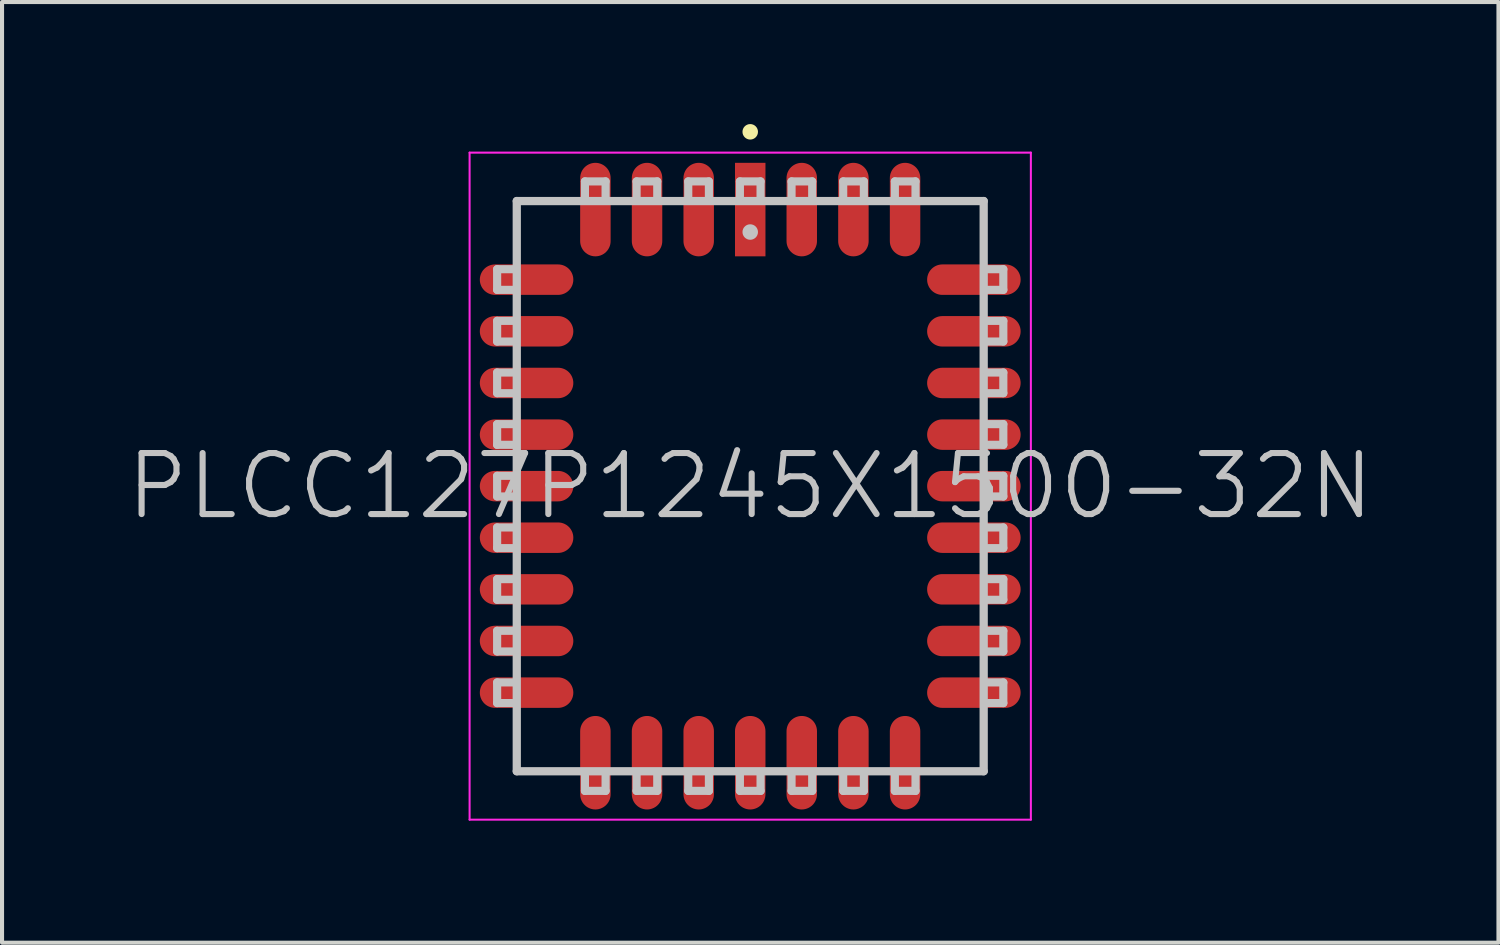
<source format=kicad_pcb>
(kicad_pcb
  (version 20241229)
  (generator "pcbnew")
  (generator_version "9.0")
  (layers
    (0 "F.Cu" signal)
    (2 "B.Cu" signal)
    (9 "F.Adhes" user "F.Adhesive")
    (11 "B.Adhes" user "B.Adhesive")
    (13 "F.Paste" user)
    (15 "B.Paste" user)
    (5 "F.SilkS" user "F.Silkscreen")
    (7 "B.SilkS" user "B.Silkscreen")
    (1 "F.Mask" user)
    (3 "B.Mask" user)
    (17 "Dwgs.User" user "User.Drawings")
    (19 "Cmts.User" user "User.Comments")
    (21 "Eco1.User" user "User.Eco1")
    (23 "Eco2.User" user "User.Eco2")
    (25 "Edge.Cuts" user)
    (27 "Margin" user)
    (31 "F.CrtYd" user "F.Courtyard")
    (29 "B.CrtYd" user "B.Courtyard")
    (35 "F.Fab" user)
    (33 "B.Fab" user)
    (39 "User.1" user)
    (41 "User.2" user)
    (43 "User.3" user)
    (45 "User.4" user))
  (footprint "PLCC127P1245X1500-32N"
    (layer "F.Cu")
    (at 15.396 8.903)
    (property "Reference" "PLCC127P1245X1500-32N" (at 0 0 0) (layer "Dwgs.User") (effects (font (size 1.5 1.5) (thickness 0.15))))
    (attr smd)
    (fp_line (start 0 -8.712) (end 0 -8.712) (stroke (width 0.381) (type solid)) (layer "F.SilkS"))
    (fp_line (start -6.223 -4.826) (end -6.223 -5.334) (stroke (width 0.2) (type solid)) (layer "Dwgs.User"))
    (fp_line (start -6.223 -3.556) (end -6.223 -4.064) (stroke (width 0.2) (type solid)) (layer "Dwgs.User"))
    (fp_line (start -6.223 -2.286) (end -6.223 -2.794) (stroke (width 0.2) (type solid)) (layer "Dwgs.User"))
    (fp_line (start -6.223 -1.016) (end -6.223 -1.524) (stroke (width 0.2) (type solid)) (layer "Dwgs.User"))
    (fp_line (start -6.223 0.254) (end -6.223 -0.254) (stroke (width 0.2) (type solid)) (layer "Dwgs.User"))
    (fp_line (start -6.223 1.524) (end -6.223 1.016) (stroke (width 0.2) (type solid)) (layer "Dwgs.User"))
    (fp_line (start -6.223 2.794) (end -6.223 2.286) (stroke (width 0.2) (type solid)) (layer "Dwgs.User"))
    (fp_line (start -6.223 4.064) (end -6.223 3.556) (stroke (width 0.2) (type solid)) (layer "Dwgs.User"))
    (fp_line (start -6.223 5.334) (end -6.223 4.826) (stroke (width 0.2) (type solid)) (layer "Dwgs.User"))
    (fp_line (start -5.842 -5.334) (end -6.223 -5.334) (stroke (width 0.2) (type solid)) (layer "Dwgs.User"))
    (fp_line (start -5.842 -4.826) (end -6.223 -4.826) (stroke (width 0.2) (type solid)) (layer "Dwgs.User"))
    (fp_line (start -5.842 -4.064) (end -6.223 -4.064) (stroke (width 0.2) (type solid)) (layer "Dwgs.User"))
    (fp_line (start -5.842 -3.556) (end -6.223 -3.556) (stroke (width 0.2) (type solid)) (layer "Dwgs.User"))
    (fp_line (start -5.842 -2.794) (end -6.223 -2.794) (stroke (width 0.2) (type solid)) (layer "Dwgs.User"))
    (fp_line (start -5.842 -2.286) (end -6.223 -2.286) (stroke (width 0.2) (type solid)) (layer "Dwgs.User"))
    (fp_line (start -5.842 -1.524) (end -6.223 -1.524) (stroke (width 0.2) (type solid)) (layer "Dwgs.User"))
    (fp_line (start -5.842 -1.016) (end -6.223 -1.016) (stroke (width 0.2) (type solid)) (layer "Dwgs.User"))
    (fp_line (start -5.842 -0.254) (end -6.223 -0.254) (stroke (width 0.2) (type solid)) (layer "Dwgs.User"))
    (fp_line (start -5.842 0.254) (end -6.223 0.254) (stroke (width 0.2) (type solid)) (layer "Dwgs.User"))
    (fp_line (start -5.842 1.016) (end -6.223 1.016) (stroke (width 0.2) (type solid)) (layer "Dwgs.User"))
    (fp_line (start -5.842 1.524) (end -6.223 1.524) (stroke (width 0.2) (type solid)) (layer "Dwgs.User"))
    (fp_line (start -5.842 2.286) (end -6.223 2.286) (stroke (width 0.2) (type solid)) (layer "Dwgs.User"))
    (fp_line (start -5.842 2.794) (end -6.223 2.794) (stroke (width 0.2) (type solid)) (layer "Dwgs.User"))
    (fp_line (start -5.842 3.556) (end -6.223 3.556) (stroke (width 0.2) (type solid)) (layer "Dwgs.User"))
    (fp_line (start -5.842 4.064) (end -6.223 4.064) (stroke (width 0.2) (type solid)) (layer "Dwgs.User"))
    (fp_line (start -5.842 4.826) (end -6.223 4.826) (stroke (width 0.2) (type solid)) (layer "Dwgs.User"))
    (fp_line (start -5.842 5.334) (end -6.223 5.334) (stroke (width 0.2) (type solid)) (layer "Dwgs.User"))
    (fp_line (start -5.74 -7.01) (end -5.74 7.01) (stroke (width 0.203) (type solid)) (layer "Dwgs.User"))
    (fp_line (start -5.74 -7.01) (end 5.74 -7.01) (stroke (width 0.203) (type solid)) (layer "Dwgs.User"))
    (fp_line (start -5.74 7.01) (end 5.74 7.01) (stroke (width 0.203) (type solid)) (layer "Dwgs.User"))
    (fp_line (start -4.064 -7.493) (end -3.556 -7.493) (stroke (width 0.2) (type solid)) (layer "Dwgs.User"))
    (fp_line (start -4.064 -7.112) (end -4.064 -7.493) (stroke (width 0.2) (type solid)) (layer "Dwgs.User"))
    (fp_line (start -4.064 7.112) (end -4.064 7.493) (stroke (width 0.2) (type solid)) (layer "Dwgs.User"))
    (fp_line (start -3.556 -7.112) (end -3.556 -7.493) (stroke (width 0.2) (type solid)) (layer "Dwgs.User"))
    (fp_line (start -3.556 7.112) (end -3.556 7.493) (stroke (width 0.2) (type solid)) (layer "Dwgs.User"))
    (fp_line (start -3.556 7.493) (end -4.064 7.493) (stroke (width 0.2) (type solid)) (layer "Dwgs.User"))
    (fp_line (start -2.794 -7.493) (end -2.286 -7.493) (stroke (width 0.2) (type solid)) (layer "Dwgs.User"))
    (fp_line (start -2.794 -7.112) (end -2.794 -7.493) (stroke (width 0.2) (type solid)) (layer "Dwgs.User"))
    (fp_line (start -2.794 7.112) (end -2.794 7.493) (stroke (width 0.2) (type solid)) (layer "Dwgs.User"))
    (fp_line (start -2.286 -7.112) (end -2.286 -7.493) (stroke (width 0.2) (type solid)) (layer "Dwgs.User"))
    (fp_line (start -2.286 7.112) (end -2.286 7.493) (stroke (width 0.2) (type solid)) (layer "Dwgs.User"))
    (fp_line (start -2.286 7.493) (end -2.794 7.493) (stroke (width 0.2) (type solid)) (layer "Dwgs.User"))
    (fp_line (start -1.524 -7.493) (end -1.016 -7.493) (stroke (width 0.2) (type solid)) (layer "Dwgs.User"))
    (fp_line (start -1.524 -7.112) (end -1.524 -7.493) (stroke (width 0.2) (type solid)) (layer "Dwgs.User"))
    (fp_line (start -1.524 7.112) (end -1.524 7.493) (stroke (width 0.2) (type solid)) (layer "Dwgs.User"))
    (fp_line (start -1.016 -7.112) (end -1.016 -7.493) (stroke (width 0.2) (type solid)) (layer "Dwgs.User"))
    (fp_line (start -1.016 7.112) (end -1.016 7.493) (stroke (width 0.2) (type solid)) (layer "Dwgs.User"))
    (fp_line (start -1.016 7.493) (end -1.524 7.493) (stroke (width 0.2) (type solid)) (layer "Dwgs.User"))
    (fp_line (start -0.254 -7.493) (end 0.254 -7.493) (stroke (width 0.2) (type solid)) (layer "Dwgs.User"))
    (fp_line (start -0.254 -7.112) (end -0.254 -7.493) (stroke (width 0.2) (type solid)) (layer "Dwgs.User"))
    (fp_line (start -0.254 7.112) (end -0.254 7.493) (stroke (width 0.2) (type solid)) (layer "Dwgs.User"))
    (fp_line (start 0 -6.248) (end 0 -6.248) (stroke (width 0.381) (type solid)) (layer "Dwgs.User"))
    (fp_line (start 0.254 -7.112) (end 0.254 -7.493) (stroke (width 0.2) (type solid)) (layer "Dwgs.User"))
    (fp_line (start 0.254 7.112) (end 0.254 7.493) (stroke (width 0.2) (type solid)) (layer "Dwgs.User"))
    (fp_line (start 0.254 7.493) (end -0.254 7.493) (stroke (width 0.2) (type solid)) (layer "Dwgs.User"))
    (fp_line (start 1.016 -7.493) (end 1.524 -7.493) (stroke (width 0.2) (type solid)) (layer "Dwgs.User"))
    (fp_line (start 1.016 -7.112) (end 1.016 -7.493) (stroke (width 0.2) (type solid)) (layer "Dwgs.User"))
    (fp_line (start 1.016 7.112) (end 1.016 7.493) (stroke (width 0.2) (type solid)) (layer "Dwgs.User"))
    (fp_line (start 1.524 -7.112) (end 1.524 -7.493) (stroke (width 0.2) (type solid)) (layer "Dwgs.User"))
    (fp_line (start 1.524 7.112) (end 1.524 7.493) (stroke (width 0.2) (type solid)) (layer "Dwgs.User"))
    (fp_line (start 1.524 7.493) (end 1.016 7.493) (stroke (width 0.2) (type solid)) (layer "Dwgs.User"))
    (fp_line (start 2.286 -7.493) (end 2.794 -7.493) (stroke (width 0.2) (type solid)) (layer "Dwgs.User"))
    (fp_line (start 2.286 -7.112) (end 2.286 -7.493) (stroke (width 0.2) (type solid)) (layer "Dwgs.User"))
    (fp_line (start 2.286 7.112) (end 2.286 7.493) (stroke (width 0.2) (type solid)) (layer "Dwgs.User"))
    (fp_line (start 2.794 -7.112) (end 2.794 -7.493) (stroke (width 0.2) (type solid)) (layer "Dwgs.User"))
    (fp_line (start 2.794 7.112) (end 2.794 7.493) (stroke (width 0.2) (type solid)) (layer "Dwgs.User"))
    (fp_line (start 2.794 7.493) (end 2.286 7.493) (stroke (width 0.2) (type solid)) (layer "Dwgs.User"))
    (fp_line (start 3.556 -7.493) (end 4.064 -7.493) (stroke (width 0.2) (type solid)) (layer "Dwgs.User"))
    (fp_line (start 3.556 -7.112) (end 3.556 -7.493) (stroke (width 0.2) (type solid)) (layer "Dwgs.User"))
    (fp_line (start 3.556 7.112) (end 3.556 7.493) (stroke (width 0.2) (type solid)) (layer "Dwgs.User"))
    (fp_line (start 4.064 -7.112) (end 4.064 -7.493) (stroke (width 0.2) (type solid)) (layer "Dwgs.User"))
    (fp_line (start 4.064 7.112) (end 4.064 7.493) (stroke (width 0.2) (type solid)) (layer "Dwgs.User"))
    (fp_line (start 4.064 7.493) (end 3.556 7.493) (stroke (width 0.2) (type solid)) (layer "Dwgs.User"))
    (fp_line (start 5.74 -7.01) (end 5.74 7.01) (stroke (width 0.203) (type solid)) (layer "Dwgs.User"))
    (fp_line (start 5.842 -5.334) (end 6.223 -5.334) (stroke (width 0.2) (type solid)) (layer "Dwgs.User"))
    (fp_line (start 5.842 -4.826) (end 6.223 -4.826) (stroke (width 0.2) (type solid)) (layer "Dwgs.User"))
    (fp_line (start 5.842 -4.064) (end 6.223 -4.064) (stroke (width 0.2) (type solid)) (layer "Dwgs.User"))
    (fp_line (start 5.842 -3.556) (end 6.223 -3.556) (stroke (width 0.2) (type solid)) (layer "Dwgs.User"))
    (fp_line (start 5.842 -2.794) (end 6.223 -2.794) (stroke (width 0.2) (type solid)) (layer "Dwgs.User"))
    (fp_line (start 5.842 -2.286) (end 6.223 -2.286) (stroke (width 0.2) (type solid)) (layer "Dwgs.User"))
    (fp_line (start 5.842 -1.524) (end 6.223 -1.524) (stroke (width 0.2) (type solid)) (layer "Dwgs.User"))
    (fp_line (start 5.842 -1.016) (end 6.223 -1.016) (stroke (width 0.2) (type solid)) (layer "Dwgs.User"))
    (fp_line (start 5.842 -0.254) (end 6.223 -0.254) (stroke (width 0.2) (type solid)) (layer "Dwgs.User"))
    (fp_line (start 5.842 0.254) (end 6.223 0.254) (stroke (width 0.2) (type solid)) (layer "Dwgs.User"))
    (fp_line (start 5.842 1.016) (end 6.223 1.016) (stroke (width 0.2) (type solid)) (layer "Dwgs.User"))
    (fp_line (start 5.842 1.524) (end 6.223 1.524) (stroke (width 0.2) (type solid)) (layer "Dwgs.User"))
    (fp_line (start 5.842 2.286) (end 6.223 2.286) (stroke (width 0.2) (type solid)) (layer "Dwgs.User"))
    (fp_line (start 5.842 2.794) (end 6.223 2.794) (stroke (width 0.2) (type solid)) (layer "Dwgs.User"))
    (fp_line (start 5.842 3.556) (end 6.223 3.556) (stroke (width 0.2) (type solid)) (layer "Dwgs.User"))
    (fp_line (start 5.842 4.064) (end 6.223 4.064) (stroke (width 0.2) (type solid)) (layer "Dwgs.User"))
    (fp_line (start 5.842 4.826) (end 6.223 4.826) (stroke (width 0.2) (type solid)) (layer "Dwgs.User"))
    (fp_line (start 5.842 5.334) (end 6.223 5.334) (stroke (width 0.2) (type solid)) (layer "Dwgs.User"))
    (fp_line (start 6.223 -5.334) (end 6.223 -4.826) (stroke (width 0.2) (type solid)) (layer "Dwgs.User"))
    (fp_line (start 6.223 -4.064) (end 6.223 -3.556) (stroke (width 0.2) (type solid)) (layer "Dwgs.User"))
    (fp_line (start 6.223 -2.794) (end 6.223 -2.286) (stroke (width 0.2) (type solid)) (layer "Dwgs.User"))
    (fp_line (start 6.223 -1.524) (end 6.223 -1.016) (stroke (width 0.2) (type solid)) (layer "Dwgs.User"))
    (fp_line (start 6.223 -0.254) (end 6.223 0.254) (stroke (width 0.2) (type solid)) (layer "Dwgs.User"))
    (fp_line (start 6.223 1.016) (end 6.223 1.524) (stroke (width 0.2) (type solid)) (layer "Dwgs.User"))
    (fp_line (start 6.223 2.286) (end 6.223 2.794) (stroke (width 0.2) (type solid)) (layer "Dwgs.User"))
    (fp_line (start 6.223 3.556) (end 6.223 4.064) (stroke (width 0.2) (type solid)) (layer "Dwgs.User"))
    (fp_line (start 6.223 4.826) (end 6.223 5.334) (stroke (width 0.2) (type solid)) (layer "Dwgs.User"))
    (fp_line (start -6.9 -8.2) (end -6.9 8.2) (stroke (width 0.05) (type solid)) (layer "F.CrtYd"))
    (fp_line (start -6.9 -8.2) (end 6.9 -8.2) (stroke (width 0.05) (type solid)) (layer "F.CrtYd"))
    (fp_line (start -6.9 8.2) (end 6.9 8.2) (stroke (width 0.05) (type solid)) (layer "F.CrtYd"))
    (fp_line (start 6.9 -8.2) (end 6.9 8.2) (stroke (width 0.05) (type solid)) (layer "F.CrtYd"))
    (pad "1" smd rect (at 0 -6.8) (size 0.749 2.299) (layers "F.Cu" "F.Mask" "F.Paste"))
    (pad "2" smd oval (at -1.267 -6.8) (size 0.749 2.299) (layers "F.Cu" "F.Mask" "F.Paste"))
    (pad "3" smd oval (at -2.537 -6.8) (size 0.749 2.299) (layers "F.Cu" "F.Mask" "F.Paste"))
    (pad "4" smd oval (at -3.807 -6.8) (size 0.749 2.299) (layers "F.Cu" "F.Mask" "F.Paste"))
    (pad "5" smd oval (at -5.499 -5.077 90) (size 0.749 2.299) (layers "F.Cu" "F.Mask" "F.Paste"))
    (pad "6" smd oval (at -5.499 -3.807 90) (size 0.749 2.299) (layers "F.Cu" "F.Mask" "F.Paste"))
    (pad "7" smd oval (at -5.499 -2.537 90) (size 0.749 2.299) (layers "F.Cu" "F.Mask" "F.Paste"))
    (pad "8" smd oval (at -5.499 -1.267 90) (size 0.749 2.299) (layers "F.Cu" "F.Mask" "F.Paste"))
    (pad "9" smd oval (at -5.499 0 90) (size 0.749 2.299) (layers "F.Cu" "F.Mask" "F.Paste"))
    (pad "10" smd oval (at -5.499 1.267 90) (size 0.749 2.299) (layers "F.Cu" "F.Mask" "F.Paste"))
    (pad "11" smd oval (at -5.499 2.537 90) (size 0.749 2.299) (layers "F.Cu" "F.Mask" "F.Paste"))
    (pad "12" smd oval (at -5.499 3.807 90) (size 0.749 2.299) (layers "F.Cu" "F.Mask" "F.Paste"))
    (pad "13" smd oval (at -5.499 5.077 90) (size 0.749 2.299) (layers "F.Cu" "F.Mask" "F.Paste"))
    (pad "14" smd oval (at -3.807 6.8 180) (size 0.749 2.299) (layers "F.Cu" "F.Mask" "F.Paste"))
    (pad "15" smd oval (at -2.537 6.8 180) (size 0.749 2.299) (layers "F.Cu" "F.Mask" "F.Paste"))
    (pad "16" smd oval (at -1.267 6.8 180) (size 0.749 2.299) (layers "F.Cu" "F.Mask" "F.Paste"))
    (pad "17" smd oval (at 0 6.8 180) (size 0.749 2.299) (layers "F.Cu" "F.Mask" "F.Paste"))
    (pad "18" smd oval (at 1.267 6.8 180) (size 0.749 2.299) (layers "F.Cu" "F.Mask" "F.Paste"))
    (pad "19" smd oval (at 2.537 6.8 180) (size 0.749 2.299) (layers "F.Cu" "F.Mask" "F.Paste"))
    (pad "20" smd oval (at 3.807 6.8 180) (size 0.749 2.299) (layers "F.Cu" "F.Mask" "F.Paste"))
    (pad "21" smd oval (at 5.499 5.077 270) (size 0.749 2.299) (layers "F.Cu" "F.Mask" "F.Paste"))
    (pad "22" smd oval (at 5.499 3.807 270) (size 0.749 2.299) (layers "F.Cu" "F.Mask" "F.Paste"))
    (pad "23" smd oval (at 5.499 2.537 270) (size 0.749 2.299) (layers "F.Cu" "F.Mask" "F.Paste"))
    (pad "24" smd oval (at 5.499 1.267 270) (size 0.749 2.299) (layers "F.Cu" "F.Mask" "F.Paste"))
    (pad "25" smd oval (at 5.499 0 270) (size 0.749 2.299) (layers "F.Cu" "F.Mask" "F.Paste"))
    (pad "26" smd oval (at 5.499 -1.267 270) (size 0.749 2.299) (layers "F.Cu" "F.Mask" "F.Paste"))
    (pad "27" smd oval (at 5.499 -2.537 270) (size 0.749 2.299) (layers "F.Cu" "F.Mask" "F.Paste"))
    (pad "28" smd oval (at 5.499 -3.807 270) (size 0.749 2.299) (layers "F.Cu" "F.Mask" "F.Paste"))
    (pad "29" smd oval (at 5.499 -5.077 270) (size 0.749 2.299) (layers "F.Cu" "F.Mask" "F.Paste"))
    (pad "30" smd oval (at 3.807 -6.8) (size 0.749 2.299) (layers "F.Cu" "F.Mask" "F.Paste"))
    (pad "31" smd oval (at 2.537 -6.8) (size 0.749 2.299) (layers "F.Cu" "F.Mask" "F.Paste"))
    (pad "32" smd oval (at 1.267 -6.8) (size 0.749 2.299) (layers "F.Cu" "F.Mask" "F.Paste")))
  (gr_rect
    (start -3 -3)
    (end 33.793 20.128)
    (stroke (width 0.1) (type default))
    (fill no)
    (layer "Edge.Cuts")))
</source>
